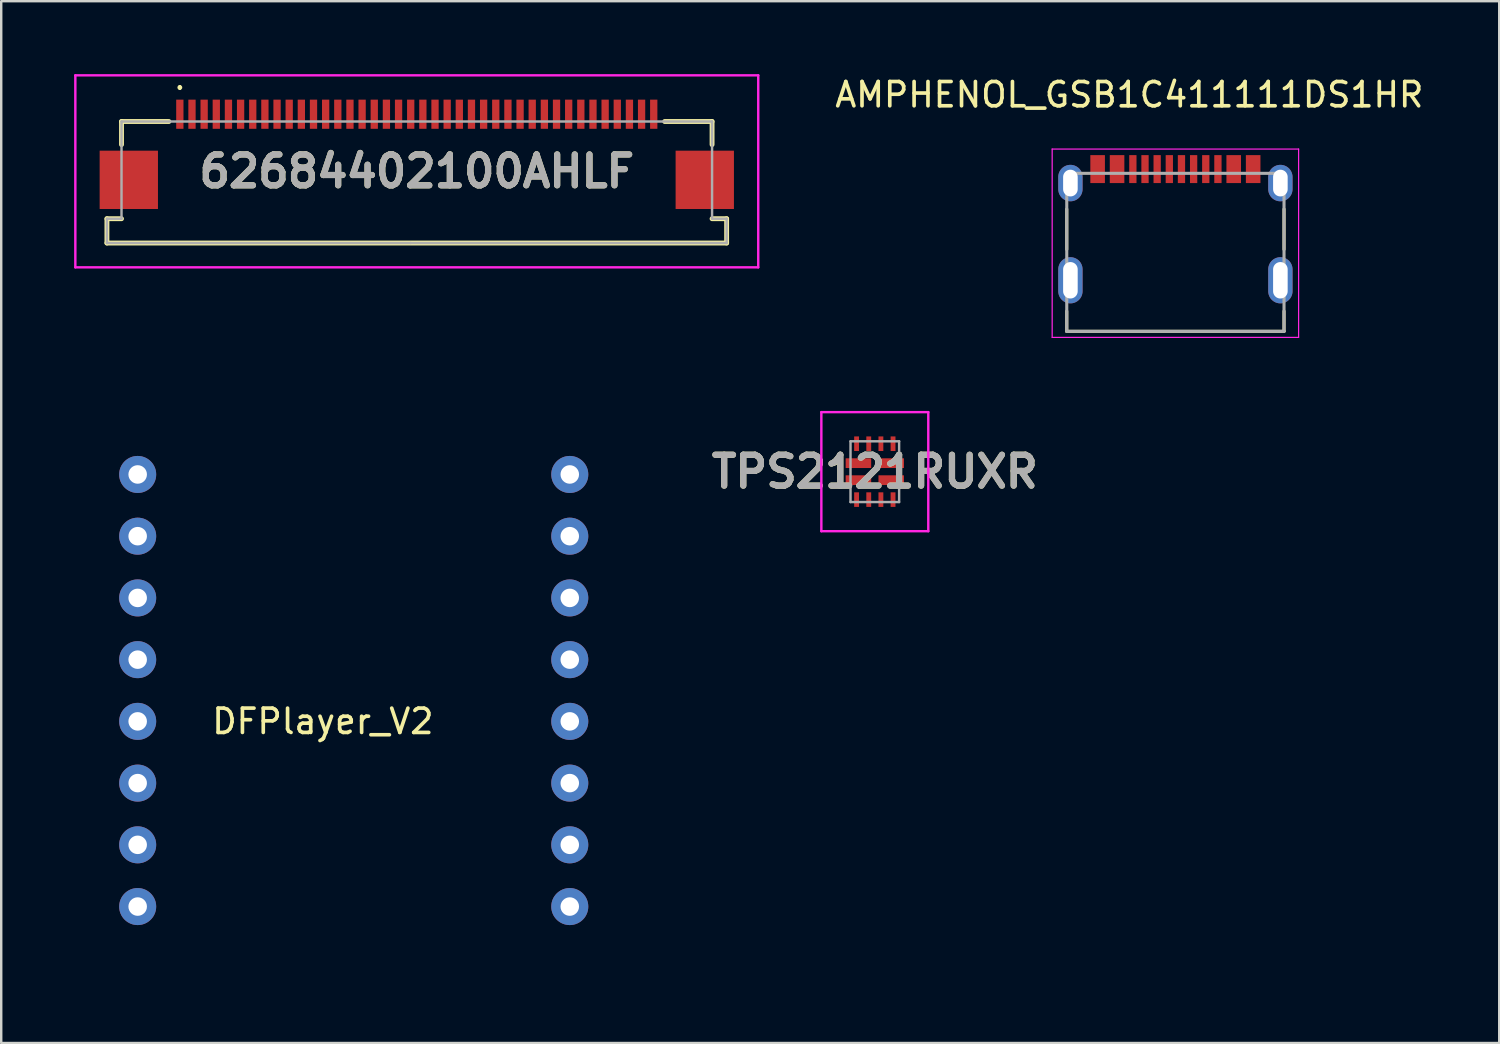
<source format=kicad_pcb>
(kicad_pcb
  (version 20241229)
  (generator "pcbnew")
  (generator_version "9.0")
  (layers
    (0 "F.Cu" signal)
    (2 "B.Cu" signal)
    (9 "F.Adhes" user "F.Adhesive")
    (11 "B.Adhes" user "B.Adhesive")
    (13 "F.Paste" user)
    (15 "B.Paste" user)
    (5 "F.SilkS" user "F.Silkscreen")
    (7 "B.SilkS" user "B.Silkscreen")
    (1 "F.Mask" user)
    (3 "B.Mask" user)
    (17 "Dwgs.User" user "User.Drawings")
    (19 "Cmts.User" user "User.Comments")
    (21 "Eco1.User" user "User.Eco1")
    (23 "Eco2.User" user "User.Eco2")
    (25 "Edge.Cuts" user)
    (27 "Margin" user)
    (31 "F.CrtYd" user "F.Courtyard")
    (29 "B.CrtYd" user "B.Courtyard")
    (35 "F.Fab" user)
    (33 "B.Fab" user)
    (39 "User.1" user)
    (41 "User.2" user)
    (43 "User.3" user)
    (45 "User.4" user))
  (footprint "TPS2121RUXR"
    (layer "F.Cu")
    (at 32.947 16.358)
    (property "Reference" "TPS2121RUXR" (at 0 0 0) (layer "F.SilkS") (effects (font (size 1.27 1.27) (thickness 0.254))))
    (attr smd)
    (fp_line (start -1.7 -0.35) (end -1.7 -0.35) (stroke (width 0.1) (type solid)) (layer "F.SilkS"))
    (fp_line (start -1.6 -0.35) (end -1.6 -0.35) (stroke (width 0.1) (type solid)) (layer "F.SilkS"))
    (fp_arc (start -1.7 -0.35) (mid -1.65 -0.4) (end -1.6 -0.35) (stroke (width 0.1) (type solid)) (layer "F.SilkS"))
    (fp_arc (start -1.6 -0.35) (mid -1.65 -0.3) (end -1.7 -0.35) (stroke (width 0.1) (type solid)) (layer "F.SilkS"))
    (fp_line (start -2.2 -2.45) (end 2.2 -2.45) (stroke (width 0.1) (type solid)) (layer "F.CrtYd"))
    (fp_line (start -2.2 2.45) (end -2.2 -2.45) (stroke (width 0.1) (type solid)) (layer "F.CrtYd"))
    (fp_line (start 2.2 -2.45) (end 2.2 2.45) (stroke (width 0.1) (type solid)) (layer "F.CrtYd"))
    (fp_line (start 2.2 2.45) (end -2.2 2.45) (stroke (width 0.1) (type solid)) (layer "F.CrtYd"))
    (fp_line (start -1 -1.25) (end 1 -1.25) (stroke (width 0.1) (type solid)) (layer "F.Fab"))
    (fp_line (start -1 1.25) (end -1 -1.25) (stroke (width 0.1) (type solid)) (layer "F.Fab"))
    (fp_line (start 1 -1.25) (end 1 1.25) (stroke (width 0.1) (type solid)) (layer "F.Fab"))
    (fp_line (start 1 1.25) (end -1 1.25) (stroke (width 0.1) (type solid)) (layer "F.Fab"))
    (fp_text user "${REFERENCE}" (at 0 0 0) (layer "F.Fab") (effects (font (size 1.27 1.27) (thickness 0.254))))
    (pad "1" smd rect (at -0.675 -0.35 90) (size 0.4 1.05) (layers "F.Cu" "F.Mask" "F.Paste"))
    (pad "2" smd rect (at -0.675 0.35 90) (size 0.4 1.05) (layers "F.Cu" "F.Mask" "F.Paste"))
    (pad "3" smd rect (at -0.75 1.15) (size 0.2 0.6) (layers "F.Cu" "F.Mask" "F.Paste"))
    (pad "4" smd rect (at -0.25 1.15) (size 0.2 0.6) (layers "F.Cu" "F.Mask" "F.Paste"))
    (pad "5" smd rect (at 0.25 1.15) (size 0.2 0.6) (layers "F.Cu" "F.Mask" "F.Paste"))
    (pad "6" smd rect (at 0.75 1.15) (size 0.2 0.6) (layers "F.Cu" "F.Mask" "F.Paste"))
    (pad "7" smd rect (at 0.675 0.35 90) (size 0.4 1.05) (layers "F.Cu" "F.Mask" "F.Paste"))
    (pad "8" smd rect (at 0.675 -0.35 90) (size 0.4 1.05) (layers "F.Cu" "F.Mask" "F.Paste"))
    (pad "9" smd rect (at 0.75 -1.15) (size 0.2 0.6) (layers "F.Cu" "F.Mask" "F.Paste"))
    (pad "10" smd rect (at 0.25 -1.15) (size 0.2 0.6) (layers "F.Cu" "F.Mask" "F.Paste"))
    (pad "11" smd rect (at -0.25 -1.15) (size 0.2 0.6) (layers "F.Cu" "F.Mask" "F.Paste"))
    (pad "12" smd rect (at -0.75 -1.15) (size 0.2 0.6) (layers "F.Cu" "F.Mask" "F.Paste")))
  (footprint "AMPHENOL_GSB1C411111DS1HR"
    (layer "F.Cu")
    (at 45.315 8.483)
    (property "Reference" "AMPHENOL_GSB1C411111DS1HR" (at -1.895 -7.635 0) (layer "F.SilkS") (effects (font (size 1 1) (thickness 0.15))))
    (attr smd)
    (fp_line (start -4.47 -2.93) (end -4.47 -1.27) (stroke (width 0.127) (type solid)) (layer "F.SilkS"))
    (fp_line (start -4.47 2.1) (end -4.47 1.27) (stroke (width 0.127) (type solid)) (layer "F.SilkS"))
    (fp_line (start -4.47 2.1) (end 4.47 2.1) (stroke (width 0.127) (type solid)) (layer "F.SilkS"))
    (fp_line (start 4.47 -2.93) (end 4.47 -1.27) (stroke (width 0.127) (type solid)) (layer "F.SilkS"))
    (fp_line (start 4.47 2.1) (end 4.47 1.27) (stroke (width 0.127) (type solid)) (layer "F.SilkS"))
    (fp_line (start -5.07 -5.4) (end -5.07 2.35) (stroke (width 0.05) (type solid)) (layer "F.CrtYd"))
    (fp_line (start -5.07 2.35) (end 5.07 2.35) (stroke (width 0.05) (type solid)) (layer "F.CrtYd"))
    (fp_line (start 5.07 -5.4) (end -5.07 -5.4) (stroke (width 0.05) (type solid)) (layer "F.CrtYd"))
    (fp_line (start 5.07 2.35) (end 5.07 -5.4) (stroke (width 0.05) (type solid)) (layer "F.CrtYd"))
    (fp_line (start -4.47 -4.4) (end -4.47 2.1) (stroke (width 0.127) (type solid)) (layer "F.Fab"))
    (fp_line (start -4.47 2.1) (end 4.47 2.1) (stroke (width 0.127) (type solid)) (layer "F.Fab"))
    (fp_line (start 4.47 -4.4) (end -4.47 -4.4) (stroke (width 0.127) (type solid)) (layer "F.Fab"))
    (fp_line (start 4.47 2.1) (end 4.47 -4.4) (stroke (width 0.127) (type solid)) (layer "F.Fab"))
    (pad "A1B12" smd rect (at -3.2 -4.575) (size 0.6 1.15) (layers "F.Cu" "F.Mask" "F.Paste"))
    (pad "A4B9" smd rect (at -2.4 -4.575) (size 0.6 1.15) (layers "F.Cu" "F.Mask" "F.Paste"))
    (pad "A5" smd rect (at -1.25 -4.575) (size 0.3 1.15) (layers "F.Cu" "F.Mask" "F.Paste"))
    (pad "A6" smd rect (at -0.25 -4.575) (size 0.3 1.15) (layers "F.Cu" "F.Mask" "F.Paste"))
    (pad "A7" smd rect (at 0.25 -4.575) (size 0.3 1.15) (layers "F.Cu" "F.Mask" "F.Paste"))
    (pad "A8" smd rect (at 1.25 -4.575) (size 0.3 1.15) (layers "F.Cu" "F.Mask" "F.Paste"))
    (pad "B1A12" smd rect (at 3.2 -4.575) (size 0.6 1.15) (layers "F.Cu" "F.Mask" "F.Paste"))
    (pad "B4A9" smd rect (at 2.4 -4.575) (size 0.6 1.15) (layers "F.Cu" "F.Mask" "F.Paste"))
    (pad "B5" smd rect (at 1.75 -4.575) (size 0.3 1.15) (layers "F.Cu" "F.Mask" "F.Paste"))
    (pad "B6" smd rect (at 0.75 -4.575) (size 0.3 1.15) (layers "F.Cu" "F.Mask" "F.Paste"))
    (pad "B7" smd rect (at -0.75 -4.575) (size 0.3 1.15) (layers "F.Cu" "F.Mask" "F.Paste"))
    (pad "B8" smd rect (at -1.75 -4.575) (size 0.3 1.15) (layers "F.Cu" "F.Mask" "F.Paste"))
    (pad "SH1" thru_hole oval (at -4.32 0) (size 1 1.9) (drill oval 0.6 1.5) (layers "*.Cu" "*.Mask"))
    (pad "SH2" thru_hole oval (at 4.32 0) (size 1 1.9) (drill oval 0.6 1.5) (layers "*.Cu" "*.Mask"))
    (pad "SH3" thru_hole oval (at -4.32 -4) (size 1 1.5) (drill oval 0.6 1.1) (layers "*.Cu" "*.Mask"))
    (pad "SH4" thru_hole oval (at 4.32 -4) (size 1 1.5) (drill oval 0.6 1.1) (layers "*.Cu" "*.Mask")))
  (footprint "DFPlayer_V2"
    (layer "F.Cu")
    (at 10.235 16.473)
    (property "Reference" "DFPlayer_V2" (at 0 10.16 0) (layer "F.SilkS") (effects (font (size 1 1) (thickness 0.15))))
    (attr through_hole)
    (fp_line (start -10.16 -2.54) (end 12.7 -2.54) (stroke (width 0.15) (type solid)) (layer "B.Mask"))
    (fp_line (start -10.16 20.32) (end -10.16 -2.54) (stroke (width 0.15) (type solid)) (layer "B.Mask"))
    (fp_line (start 12.7 -2.54) (end 12.7 20.32) (stroke (width 0.15) (type solid)) (layer "B.Mask"))
    (fp_line (start 12.7 20.32) (end -10.16 20.32) (stroke (width 0.15) (type solid)) (layer "B.Mask"))
    (pad "1" thru_hole circle (at -7.62 0) (size 1.524 1.524) (drill 0.762) (layers "*.Cu" "*.Mask"))
    (pad "2" thru_hole circle (at -7.62 2.54) (size 1.524 1.524) (drill 0.762) (layers "*.Cu" "*.Mask"))
    (pad "3" thru_hole circle (at -7.62 5.08) (size 1.524 1.524) (drill 0.762) (layers "*.Cu" "*.Mask"))
    (pad "4" thru_hole circle (at -7.62 7.62) (size 1.524 1.524) (drill 0.762) (layers "*.Cu" "*.Mask"))
    (pad "5" thru_hole circle (at -7.62 10.16) (size 1.524 1.524) (drill 0.762) (layers "*.Cu" "*.Mask"))
    (pad "6" thru_hole circle (at -7.62 12.7) (size 1.524 1.524) (drill 0.762) (layers "*.Cu" "*.Mask"))
    (pad "7" thru_hole circle (at -7.62 15.24) (size 1.524 1.524) (drill 0.762) (layers "*.Cu" "*.Mask"))
    (pad "8" thru_hole circle (at -7.62 17.78) (size 1.524 1.524) (drill 0.762) (layers "*.Cu" "*.Mask"))
    (pad "9" thru_hole circle (at 10.16 17.78) (size 1.524 1.524) (drill 0.762) (layers "*.Cu" "*.Mask"))
    (pad "10" thru_hole circle (at 10.16 15.24) (size 1.524 1.524) (drill 0.762) (layers "*.Cu" "*.Mask"))
    (pad "11" thru_hole circle (at 10.16 12.7) (size 1.524 1.524) (drill 0.762) (layers "*.Cu" "*.Mask"))
    (pad "12" thru_hole circle (at 10.16 10.16) (size 1.524 1.524) (drill 0.762) (layers "*.Cu" "*.Mask"))
    (pad "13" thru_hole circle (at 10.16 7.62) (size 1.524 1.524) (drill 0.762) (layers "*.Cu" "*.Mask"))
    (pad "14" thru_hole circle (at 10.16 5.08) (size 1.524 1.524) (drill 0.762) (layers "*.Cu" "*.Mask"))
    (pad "15" thru_hole circle (at 10.16 2.54) (size 1.524 1.524) (drill 0.762) (layers "*.Cu" "*.Mask"))
    (pad "16" thru_hole circle (at 10.16 0) (size 1.524 1.524) (drill 0.762) (layers "*.Cu" "*.Mask")))
  (footprint "62684402100AHLF"
    (layer "F.Cu")
    (at 14.1 4.3)
    (property "Reference" "62684402100AHLF" (at 0 -0.3 0) (layer "F.SilkS") (effects (font (size 1.27 1.27) (thickness 0.254))))
    (attr smd)
    (fp_line (start -12.75 1.65) (end -12.75 2.65) (stroke (width 0.2) (type solid)) (layer "F.SilkS"))
    (fp_line (start -12.75 2.65) (end 12.75 2.65) (stroke (width 0.2) (type solid)) (layer "F.SilkS"))
    (fp_line (start -12.15 -2.35) (end -12.15 -1.4) (stroke (width 0.2) (type solid)) (layer "F.SilkS"))
    (fp_line (start -12.15 1.65) (end -12.75 1.65) (stroke (width 0.2) (type solid)) (layer "F.SilkS"))
    (fp_line (start -10.2 -2.35) (end -12.15 -2.35) (stroke (width 0.2) (type solid)) (layer "F.SilkS"))
    (fp_line (start -9.75 -3.8) (end -9.75 -3.8) (stroke (width 0.1) (type solid)) (layer "F.SilkS"))
    (fp_line (start -9.75 -3.7) (end -9.75 -3.7) (stroke (width 0.1) (type solid)) (layer "F.SilkS"))
    (fp_line (start 12.15 -2.35) (end 10.2 -2.35) (stroke (width 0.2) (type solid)) (layer "F.SilkS"))
    (fp_line (start 12.15 -1.4) (end 12.15 -2.35) (stroke (width 0.2) (type solid)) (layer "F.SilkS"))
    (fp_line (start 12.75 1.65) (end 12.15 1.65) (stroke (width 0.2) (type solid)) (layer "F.SilkS"))
    (fp_line (start 12.75 2.65) (end 12.75 1.65) (stroke (width 0.2) (type solid)) (layer "F.SilkS"))
    (fp_arc (start -9.75 -3.8) (mid -9.7 -3.75) (end -9.75 -3.7) (stroke (width 0.1) (type solid)) (layer "F.SilkS"))
    (fp_arc (start -9.75 -3.7) (mid -9.8 -3.75) (end -9.75 -3.8) (stroke (width 0.1) (type solid)) (layer "F.SilkS"))
    (fp_line (start -14.05 -4.25) (end 14.05 -4.25) (stroke (width 0.1) (type solid)) (layer "F.CrtYd"))
    (fp_line (start -14.05 3.65) (end -14.05 -4.25) (stroke (width 0.1) (type solid)) (layer "F.CrtYd"))
    (fp_line (start 14.05 -4.25) (end 14.05 3.65) (stroke (width 0.1) (type solid)) (layer "F.CrtYd"))
    (fp_line (start 14.05 3.65) (end -14.05 3.65) (stroke (width 0.1) (type solid)) (layer "F.CrtYd"))
    (fp_line (start -12.75 1.65) (end -12.75 2.65) (stroke (width 0.1) (type solid)) (layer "F.Fab"))
    (fp_line (start -12.75 2.65) (end -0.25 2.65) (stroke (width 0.1) (type solid)) (layer "F.Fab"))
    (fp_line (start -12.15 -2.35) (end -12.15 1.65) (stroke (width 0.1) (type solid)) (layer "F.Fab"))
    (fp_line (start -12.15 1.65) (end -12.75 1.65) (stroke (width 0.1) (type solid)) (layer "F.Fab"))
    (fp_line (start -0.25 2.65) (end 12.75 2.65) (stroke (width 0.1) (type solid)) (layer "F.Fab"))
    (fp_line (start 12.15 -2.35) (end -12.15 -2.35) (stroke (width 0.1) (type solid)) (layer "F.Fab"))
    (fp_line (start 12.15 1.65) (end 12.15 -2.35) (stroke (width 0.1) (type solid)) (layer "F.Fab"))
    (fp_line (start 12.75 1.65) (end 12.15 1.65) (stroke (width 0.1) (type solid)) (layer "F.Fab"))
    (fp_line (start 12.75 2.65) (end 12.75 1.65) (stroke (width 0.1) (type solid)) (layer "F.Fab"))
    (fp_text user "${REFERENCE}" (at 0 -0.3 0) (layer "F.Fab") (effects (font (size 1.27 1.27) (thickness 0.254))))
    (pad "1" smd rect (at -9.75 -2.65) (size 0.3 1.2) (layers "F.Cu" "F.Mask" "F.Paste"))
    (pad "2" smd rect (at -9.25 -2.65) (size 0.3 1.2) (layers "F.Cu" "F.Mask" "F.Paste"))
    (pad "3" smd rect (at -8.75 -2.65) (size 0.3 1.2) (layers "F.Cu" "F.Mask" "F.Paste"))
    (pad "4" smd rect (at -8.25 -2.65) (size 0.3 1.2) (layers "F.Cu" "F.Mask" "F.Paste"))
    (pad "5" smd rect (at -7.75 -2.65) (size 0.3 1.2) (layers "F.Cu" "F.Mask" "F.Paste"))
    (pad "6" smd rect (at -7.25 -2.65) (size 0.3 1.2) (layers "F.Cu" "F.Mask" "F.Paste"))
    (pad "7" smd rect (at -6.75 -2.65) (size 0.3 1.2) (layers "F.Cu" "F.Mask" "F.Paste"))
    (pad "8" smd rect (at -6.25 -2.65) (size 0.3 1.2) (layers "F.Cu" "F.Mask" "F.Paste"))
    (pad "9" smd rect (at -5.75 -2.65) (size 0.3 1.2) (layers "F.Cu" "F.Mask" "F.Paste"))
    (pad "10" smd rect (at -5.25 -2.65) (size 0.3 1.2) (layers "F.Cu" "F.Mask" "F.Paste"))
    (pad "11" smd rect (at -4.75 -2.65) (size 0.3 1.2) (layers "F.Cu" "F.Mask" "F.Paste"))
    (pad "12" smd rect (at -4.25 -2.65) (size 0.3 1.2) (layers "F.Cu" "F.Mask" "F.Paste"))
    (pad "13" smd rect (at -3.75 -2.65) (size 0.3 1.2) (layers "F.Cu" "F.Mask" "F.Paste"))
    (pad "14" smd rect (at -3.25 -2.65) (size 0.3 1.2) (layers "F.Cu" "F.Mask" "F.Paste"))
    (pad "15" smd rect (at -2.75 -2.65) (size 0.3 1.2) (layers "F.Cu" "F.Mask" "F.Paste"))
    (pad "16" smd rect (at -2.25 -2.65) (size 0.3 1.2) (layers "F.Cu" "F.Mask" "F.Paste"))
    (pad "17" smd rect (at -1.75 -2.65) (size 0.3 1.2) (layers "F.Cu" "F.Mask" "F.Paste"))
    (pad "18" smd rect (at -1.25 -2.65) (size 0.3 1.2) (layers "F.Cu" "F.Mask" "F.Paste"))
    (pad "19" smd rect (at -0.75 -2.65) (size 0.3 1.2) (layers "F.Cu" "F.Mask" "F.Paste"))
    (pad "20" smd rect (at -0.25 -2.65) (size 0.3 1.2) (layers "F.Cu" "F.Mask" "F.Paste"))
    (pad "21" smd rect (at 0.25 -2.65) (size 0.3 1.2) (layers "F.Cu" "F.Mask" "F.Paste"))
    (pad "22" smd rect (at 0.75 -2.65) (size 0.3 1.2) (layers "F.Cu" "F.Mask" "F.Paste"))
    (pad "23" smd rect (at 1.25 -2.65) (size 0.3 1.2) (layers "F.Cu" "F.Mask" "F.Paste"))
    (pad "24" smd rect (at 1.75 -2.65) (size 0.3 1.2) (layers "F.Cu" "F.Mask" "F.Paste"))
    (pad "25" smd rect (at 2.25 -2.65) (size 0.3 1.2) (layers "F.Cu" "F.Mask" "F.Paste"))
    (pad "26" smd rect (at 2.75 -2.65) (size 0.3 1.2) (layers "F.Cu" "F.Mask" "F.Paste"))
    (pad "27" smd rect (at 3.25 -2.65) (size 0.3 1.2) (layers "F.Cu" "F.Mask" "F.Paste"))
    (pad "28" smd rect (at 3.75 -2.65) (size 0.3 1.2) (layers "F.Cu" "F.Mask" "F.Paste"))
    (pad "29" smd rect (at 4.25 -2.65) (size 0.3 1.2) (layers "F.Cu" "F.Mask" "F.Paste"))
    (pad "30" smd rect (at 4.75 -2.65) (size 0.3 1.2) (layers "F.Cu" "F.Mask" "F.Paste"))
    (pad "31" smd rect (at 5.25 -2.65) (size 0.3 1.2) (layers "F.Cu" "F.Mask" "F.Paste"))
    (pad "32" smd rect (at 5.75 -2.65) (size 0.3 1.2) (layers "F.Cu" "F.Mask" "F.Paste"))
    (pad "33" smd rect (at 6.25 -2.65) (size 0.3 1.2) (layers "F.Cu" "F.Mask" "F.Paste"))
    (pad "34" smd rect (at 6.75 -2.65) (size 0.3 1.2) (layers "F.Cu" "F.Mask" "F.Paste"))
    (pad "35" smd rect (at 7.25 -2.65) (size 0.3 1.2) (layers "F.Cu" "F.Mask" "F.Paste"))
    (pad "36" smd rect (at 7.75 -2.65) (size 0.3 1.2) (layers "F.Cu" "F.Mask" "F.Paste"))
    (pad "37" smd rect (at 8.25 -2.65) (size 0.3 1.2) (layers "F.Cu" "F.Mask" "F.Paste"))
    (pad "38" smd rect (at 8.75 -2.65) (size 0.3 1.2) (layers "F.Cu" "F.Mask" "F.Paste"))
    (pad "39" smd rect (at 9.25 -2.65) (size 0.3 1.2) (layers "F.Cu" "F.Mask" "F.Paste"))
    (pad "40" smd rect (at 9.75 -2.65) (size 0.3 1.2) (layers "F.Cu" "F.Mask" "F.Paste"))
    (pad "MP1" smd rect (at -11.85 0.05 90) (size 2.4 2.4) (layers "F.Cu" "F.Mask" "F.Paste"))
    (pad "MP2" smd rect (at 11.85 0.05 90) (size 2.4 2.4) (layers "F.Cu" "F.Mask" "F.Paste")))
  (gr_rect
    (start -3 -3)
    (end 58.64 39.868)
    (stroke (width 0.1) (type default))
    (fill no)
    (layer "Edge.Cuts")))
</source>
